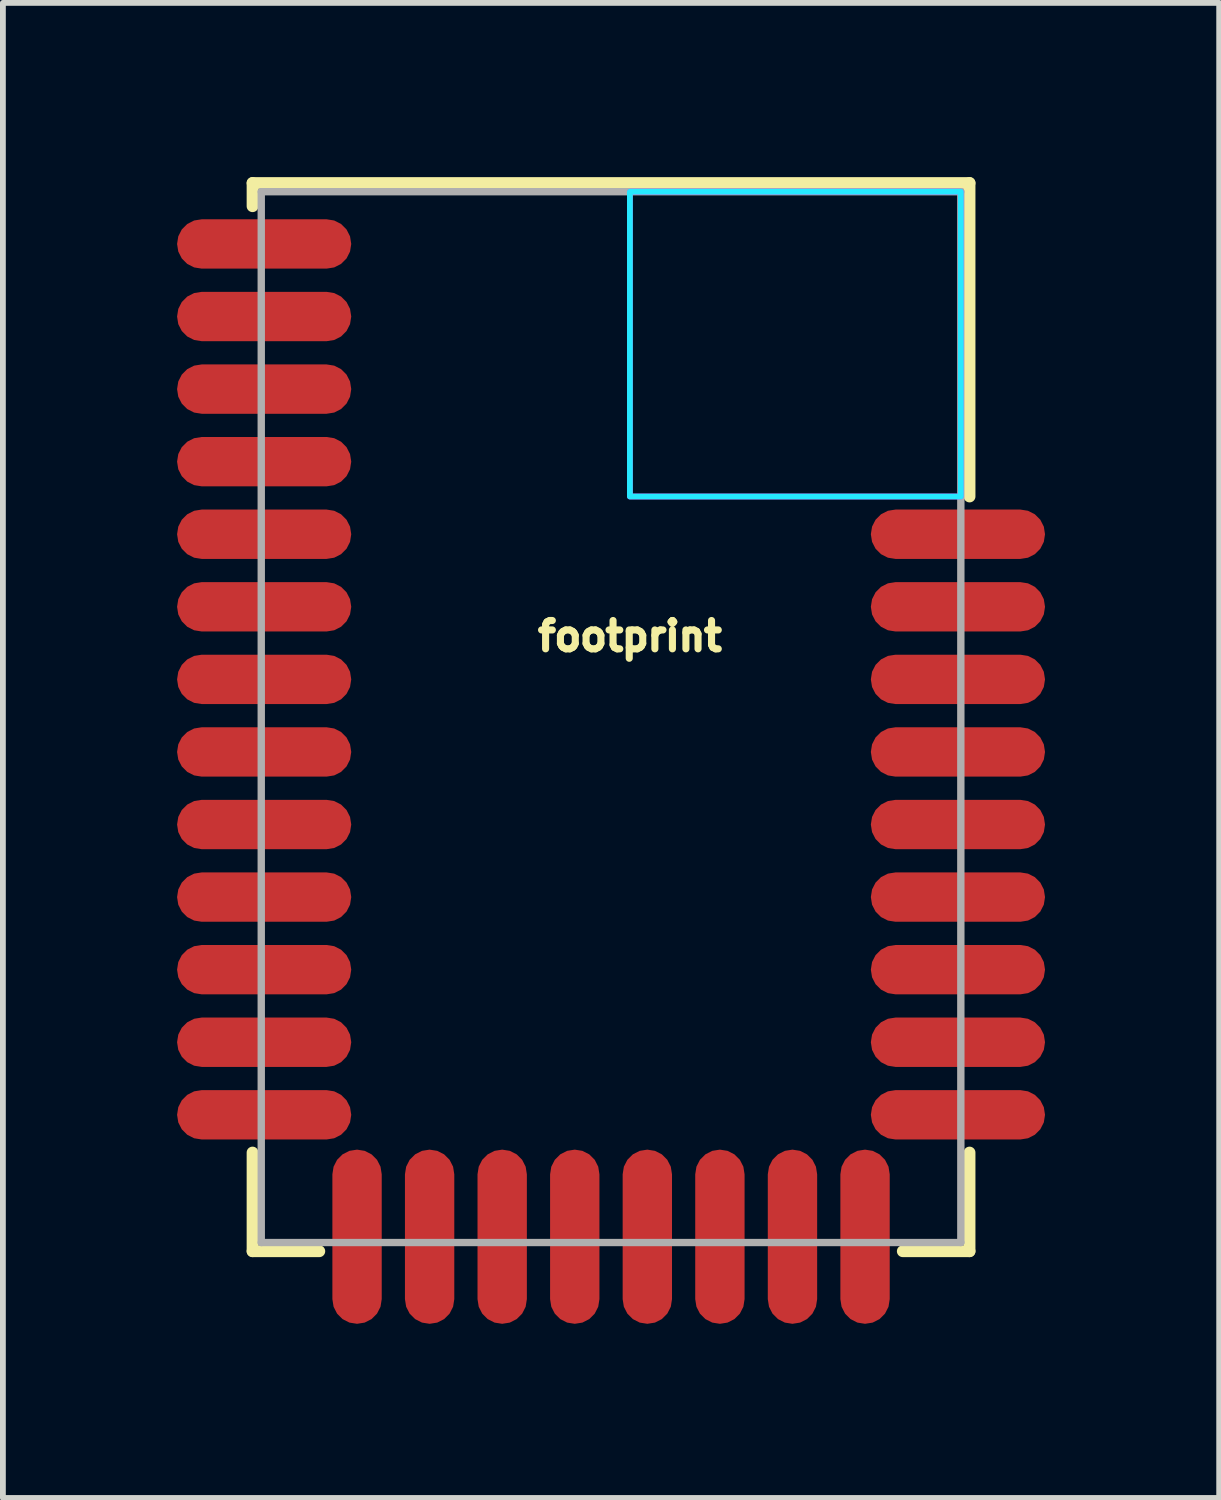
<source format=kicad_pcb>
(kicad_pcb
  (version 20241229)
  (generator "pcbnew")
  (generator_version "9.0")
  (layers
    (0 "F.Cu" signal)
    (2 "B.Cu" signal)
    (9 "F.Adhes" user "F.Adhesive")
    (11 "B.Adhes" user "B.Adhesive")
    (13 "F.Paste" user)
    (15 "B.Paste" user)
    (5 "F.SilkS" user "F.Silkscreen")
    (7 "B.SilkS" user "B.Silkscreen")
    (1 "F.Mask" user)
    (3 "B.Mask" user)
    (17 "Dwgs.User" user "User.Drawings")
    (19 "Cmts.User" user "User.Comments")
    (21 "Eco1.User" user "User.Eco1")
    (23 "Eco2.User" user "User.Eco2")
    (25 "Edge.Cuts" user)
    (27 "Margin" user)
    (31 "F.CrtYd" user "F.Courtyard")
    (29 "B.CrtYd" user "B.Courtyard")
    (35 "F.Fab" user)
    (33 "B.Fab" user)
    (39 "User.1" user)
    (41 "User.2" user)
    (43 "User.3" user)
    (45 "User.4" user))
  (footprint "footprint"
    (layer "F.Cu")
    (at 7.475 9.302)
    (property "Reference" "footprint" (at 0.325 -1.11 0) (layer "F.SilkS") (effects (font (size 0.488 0.488) (thickness 0.122)) (justify bottom)))
    (fp_line (start -6.175 -9.2) (end -6.175 -8.8) (stroke (width 0.203) (type solid)) (layer "F.SilkS"))
    (fp_line (start -6.175 7.5) (end -6.175 9.2) (stroke (width 0.203) (type solid)) (layer "F.SilkS"))
    (fp_line (start -6.175 9.2) (end -5.025 9.2) (stroke (width 0.203) (type solid)) (layer "F.SilkS"))
    (fp_line (start 5.025 9.2) (end 6.175 9.2) (stroke (width 0.203) (type solid)) (layer "F.SilkS"))
    (fp_line (start 6.175 -9.2) (end -6.175 -9.2) (stroke (width 0.203) (type solid)) (layer "F.SilkS"))
    (fp_line (start 6.175 -3.8) (end 6.175 -9.2) (stroke (width 0.203) (type solid)) (layer "F.SilkS"))
    (fp_line (start 6.175 9.2) (end 6.175 7.5) (stroke (width 0.203) (type solid)) (layer "F.SilkS"))
    (fp_poly (pts (xy 0.325 -3.8) (xy 6.025 -3.8) (xy 6.025 -9.05) (xy 0.325 -9.05)) (stroke (width 0.1) (type solid)) (fill no) (layer "B.CrtYd"))
    (fp_poly (pts (xy 0.325 -3.8) (xy 6.025 -3.8) (xy 6.025 -9.05) (xy 0.325 -9.05)) (stroke (width 0.1) (type solid)) (fill no) (layer "F.CrtYd"))
    (fp_line (start -6.025 -9.05) (end 6.025 -9.05) (stroke (width 0.127) (type solid)) (layer "F.Fab"))
    (fp_line (start -6.025 9.05) (end -6.025 -9.05) (stroke (width 0.127) (type solid)) (layer "F.Fab"))
    (fp_line (start 6.025 -9.05) (end 6.025 9.05) (stroke (width 0.127) (type solid)) (layer "F.Fab"))
    (fp_line (start 6.025 9.05) (end -6.025 9.05) (stroke (width 0.127) (type solid)) (layer "F.Fab"))
    (pad "1" smd roundrect (at -5.975 -8.15) (size 3 0.85) (layers "F.Cu" "F.Mask" "F.Paste") (roundrect_rratio 0.5))
    (pad "2" smd roundrect (at -5.975 -6.9) (size 3 0.85) (layers "F.Cu" "F.Mask" "F.Paste") (roundrect_rratio 0.5))
    (pad "3" smd roundrect (at -5.975 -5.65) (size 3 0.85) (layers "F.Cu" "F.Mask" "F.Paste") (roundrect_rratio 0.5))
    (pad "4" smd roundrect (at -5.975 -4.4) (size 3 0.85) (layers "F.Cu" "F.Mask" "F.Paste") (roundrect_rratio 0.5))
    (pad "5" smd roundrect (at -5.975 -3.15) (size 3 0.85) (layers "F.Cu" "F.Mask" "F.Paste") (roundrect_rratio 0.5))
    (pad "6" smd roundrect (at -5.975 -1.9) (size 3 0.85) (layers "F.Cu" "F.Mask" "F.Paste") (roundrect_rratio 0.5))
    (pad "7" smd roundrect (at -5.975 -0.65) (size 3 0.85) (layers "F.Cu" "F.Mask" "F.Paste") (roundrect_rratio 0.5))
    (pad "8" smd roundrect (at -5.975 0.6) (size 3 0.85) (layers "F.Cu" "F.Mask" "F.Paste") (roundrect_rratio 0.5))
    (pad "9" smd roundrect (at -5.975 1.85) (size 3 0.85) (layers "F.Cu" "F.Mask" "F.Paste") (roundrect_rratio 0.5))
    (pad "10" smd roundrect (at -5.975 3.1) (size 3 0.85) (layers "F.Cu" "F.Mask" "F.Paste") (roundrect_rratio 0.5))
    (pad "11" smd roundrect (at -5.975 4.35) (size 3 0.85) (layers "F.Cu" "F.Mask" "F.Paste") (roundrect_rratio 0.5))
    (pad "12" smd roundrect (at -5.975 5.6) (size 3 0.85) (layers "F.Cu" "F.Mask" "F.Paste") (roundrect_rratio 0.5))
    (pad "13" smd roundrect (at -5.975 6.85) (size 3 0.85) (layers "F.Cu" "F.Mask" "F.Paste") (roundrect_rratio 0.5))
    (pad "14" smd roundrect (at -4.375 8.95 90) (size 3 0.85) (layers "F.Cu" "F.Mask" "F.Paste") (roundrect_rratio 0.5))
    (pad "15" smd roundrect (at -3.125 8.95 90) (size 3 0.85) (layers "F.Cu" "F.Mask" "F.Paste") (roundrect_rratio 0.5))
    (pad "16" smd roundrect (at -1.875 8.95 90) (size 3 0.85) (layers "F.Cu" "F.Mask" "F.Paste") (roundrect_rratio 0.5))
    (pad "17" smd roundrect (at -0.625 8.95 90) (size 3 0.85) (layers "F.Cu" "F.Mask" "F.Paste") (roundrect_rratio 0.5))
    (pad "18" smd roundrect (at 0.625 8.95 90) (size 3 0.85) (layers "F.Cu" "F.Mask" "F.Paste") (roundrect_rratio 0.5))
    (pad "19" smd roundrect (at 1.875 8.95 90) (size 3 0.85) (layers "F.Cu" "F.Mask" "F.Paste") (roundrect_rratio 0.5))
    (pad "20" smd roundrect (at 3.125 8.95 90) (size 3 0.85) (layers "F.Cu" "F.Mask" "F.Paste") (roundrect_rratio 0.5))
    (pad "21" smd roundrect (at 4.375 8.95 90) (size 3 0.85) (layers "F.Cu" "F.Mask" "F.Paste") (roundrect_rratio 0.5))
    (pad "22" smd roundrect (at 5.975 6.85) (size 3 0.85) (layers "F.Cu" "F.Mask" "F.Paste") (roundrect_rratio 0.5))
    (pad "23" smd roundrect (at 5.975 5.6) (size 3 0.85) (layers "F.Cu" "F.Mask" "F.Paste") (roundrect_rratio 0.5))
    (pad "24" smd roundrect (at 5.975 4.35) (size 3 0.85) (layers "F.Cu" "F.Mask" "F.Paste") (roundrect_rratio 0.5))
    (pad "25" smd roundrect (at 5.975 3.1) (size 3 0.85) (layers "F.Cu" "F.Mask" "F.Paste") (roundrect_rratio 0.5))
    (pad "26" smd roundrect (at 5.975 1.85) (size 3 0.85) (layers "F.Cu" "F.Mask" "F.Paste") (roundrect_rratio 0.5))
    (pad "27" smd roundrect (at 5.975 0.6) (size 3 0.85) (layers "F.Cu" "F.Mask" "F.Paste") (roundrect_rratio 0.5))
    (pad "28" smd roundrect (at 5.975 -0.65) (size 3 0.85) (layers "F.Cu" "F.Mask" "F.Paste") (roundrect_rratio 0.5))
    (pad "29" smd roundrect (at 5.975 -1.9) (size 3 0.85) (layers "F.Cu" "F.Mask" "F.Paste") (roundrect_rratio 0.5))
    (pad "30" smd roundrect (at 5.975 -3.15) (size 3 0.85) (layers "F.Cu" "F.Mask" "F.Paste") (roundrect_rratio 0.5))
    (zone (net_name "") (layers "F.Cu" "B.Cu") (hatch edge 0.508) (connect_pads) (min_thickness 0.254) (filled_areas_thickness no) (keepout (tracks allowed) (vias not_allowed) (pads allowed) (copperpour allowed) (footprints allowed)) (placement (enabled no)) (fill) (polygon (pts (xy 7.8 5.502) (xy 13.5 5.502) (xy 13.5 0.252) (xy 7.8 0.252)))))
  (gr_rect
    (start -3 -3)
    (end 17.95 22.752)
    (stroke (width 0.1) (type default))
    (fill no)
    (layer "Edge.Cuts")))
</source>
